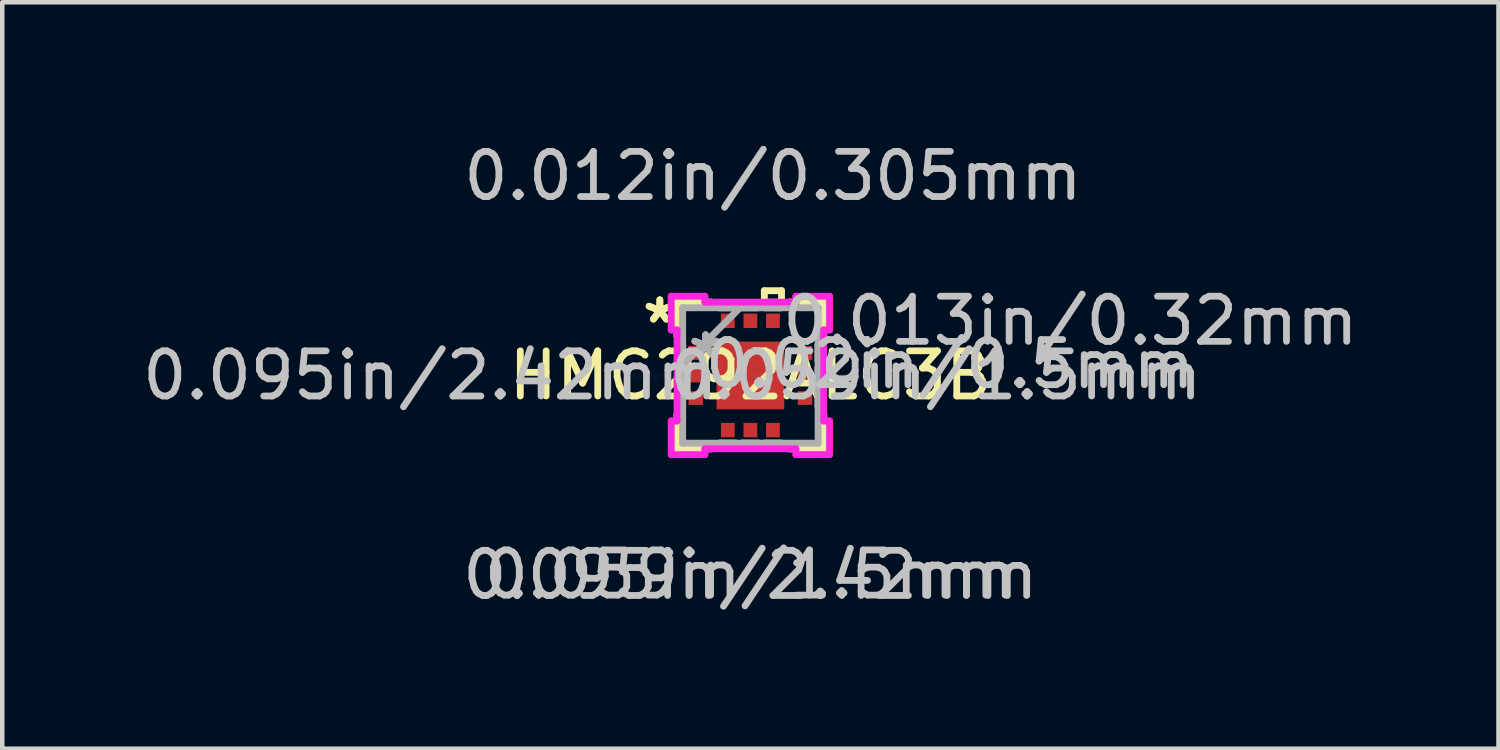
<source format=kicad_pcb>
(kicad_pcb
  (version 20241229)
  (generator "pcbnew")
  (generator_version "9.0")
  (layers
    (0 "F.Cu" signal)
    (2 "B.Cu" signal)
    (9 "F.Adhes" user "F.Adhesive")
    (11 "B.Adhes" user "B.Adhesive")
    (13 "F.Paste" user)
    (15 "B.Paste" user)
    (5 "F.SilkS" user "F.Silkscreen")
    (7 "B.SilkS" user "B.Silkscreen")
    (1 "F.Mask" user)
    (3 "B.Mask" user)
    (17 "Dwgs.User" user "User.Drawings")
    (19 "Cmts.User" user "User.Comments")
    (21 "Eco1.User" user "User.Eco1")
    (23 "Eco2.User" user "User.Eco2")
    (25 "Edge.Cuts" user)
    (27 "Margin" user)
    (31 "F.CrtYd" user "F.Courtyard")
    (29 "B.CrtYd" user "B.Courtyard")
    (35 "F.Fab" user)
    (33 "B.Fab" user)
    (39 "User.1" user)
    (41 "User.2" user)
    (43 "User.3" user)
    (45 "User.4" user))
  (footprint "HMC292ALC3B"
    (layer "F.Cu")
    (at 13.57 5.266)
    (property "Reference" "HMC292ALC3B" (at 0 0 0) (layer "F.SilkS") (effects (font (size 1 1) (thickness 0.15))))
    (attr through_hole)
    (fp_line (start -1.627 -1.627) (end -1.627 -0.864) (stroke (width 0.152) (type solid)) (layer "F.SilkS"))
    (fp_line (start -1.627 0.864) (end -1.627 1.627) (stroke (width 0.152) (type solid)) (layer "F.SilkS"))
    (fp_line (start -1.627 1.627) (end -0.864 1.627) (stroke (width 0.152) (type solid)) (layer "F.SilkS"))
    (fp_line (start -0.864 -1.627) (end -1.627 -1.627) (stroke (width 0.152) (type solid)) (layer "F.SilkS"))
    (fp_line (start 0.309 -1.878) (end 0.69 -1.878) (stroke (width 0.152) (type solid)) (layer "F.SilkS"))
    (fp_line (start 0.309 -1.624) (end 0.309 -1.878) (stroke (width 0.152) (type solid)) (layer "F.SilkS"))
    (fp_line (start 0.69 -1.878) (end 0.69 -1.624) (stroke (width 0.152) (type solid)) (layer "F.SilkS"))
    (fp_line (start 0.69 -1.624) (end 0.309 -1.624) (stroke (width 0.152) (type solid)) (layer "F.SilkS"))
    (fp_line (start 0.864 1.627) (end 1.627 1.627) (stroke (width 0.152) (type solid)) (layer "F.SilkS"))
    (fp_line (start 1.627 -1.627) (end 0.864 -1.627) (stroke (width 0.152) (type solid)) (layer "F.SilkS"))
    (fp_line (start 1.627 -0.864) (end 1.627 -1.627) (stroke (width 0.152) (type solid)) (layer "F.SilkS"))
    (fp_line (start 1.627 1.627) (end 1.627 0.864) (stroke (width 0.152) (type solid)) (layer "F.SilkS"))
    (fp_line (start -0.75 -0.75) (end -0.75 0.75) (stroke (width 0.152) (type solid)) (layer "F.Paste"))
    (fp_line (start -0.75 0.75) (end 0.75 0.75) (stroke (width 0.152) (type solid)) (layer "F.Paste"))
    (fp_line (start 0.75 -0.75) (end -0.75 -0.75) (stroke (width 0.152) (type solid)) (layer "F.Paste"))
    (fp_line (start 0.75 0.75) (end 0.75 -0.75) (stroke (width 0.152) (type solid)) (layer "F.Paste"))
    (fp_line (start -1.754 -1.754) (end -1.008 -1.754) (stroke (width 0.152) (type solid)) (layer "F.CrtYd"))
    (fp_line (start -1.754 -1.008) (end -1.754 -1.754) (stroke (width 0.152) (type solid)) (layer "F.CrtYd"))
    (fp_line (start -1.754 1.008) (end -1.624 1.008) (stroke (width 0.152) (type solid)) (layer "F.CrtYd"))
    (fp_line (start -1.754 1.754) (end -1.754 1.008) (stroke (width 0.152) (type solid)) (layer "F.CrtYd"))
    (fp_line (start -1.624 -1.008) (end -1.754 -1.008) (stroke (width 0.152) (type solid)) (layer "F.CrtYd"))
    (fp_line (start -1.624 1.008) (end -1.624 -1.008) (stroke (width 0.152) (type solid)) (layer "F.CrtYd"))
    (fp_line (start -1.008 -1.754) (end -1.008 -1.624) (stroke (width 0.152) (type solid)) (layer "F.CrtYd"))
    (fp_line (start -1.008 -1.624) (end 1.008 -1.624) (stroke (width 0.152) (type solid)) (layer "F.CrtYd"))
    (fp_line (start -1.008 1.624) (end -1.008 1.754) (stroke (width 0.152) (type solid)) (layer "F.CrtYd"))
    (fp_line (start -1.008 1.754) (end -1.754 1.754) (stroke (width 0.152) (type solid)) (layer "F.CrtYd"))
    (fp_line (start 1.008 -1.754) (end 1.754 -1.754) (stroke (width 0.152) (type solid)) (layer "F.CrtYd"))
    (fp_line (start 1.008 -1.624) (end 1.008 -1.754) (stroke (width 0.152) (type solid)) (layer "F.CrtYd"))
    (fp_line (start 1.008 1.624) (end -1.008 1.624) (stroke (width 0.152) (type solid)) (layer "F.CrtYd"))
    (fp_line (start 1.008 1.754) (end 1.008 1.624) (stroke (width 0.152) (type solid)) (layer "F.CrtYd"))
    (fp_line (start 1.624 -1.008) (end 1.624 1.008) (stroke (width 0.152) (type solid)) (layer "F.CrtYd"))
    (fp_line (start 1.624 1.008) (end 1.754 1.008) (stroke (width 0.152) (type solid)) (layer "F.CrtYd"))
    (fp_line (start 1.754 -1.754) (end 1.754 -1.008) (stroke (width 0.152) (type solid)) (layer "F.CrtYd"))
    (fp_line (start 1.754 -1.008) (end 1.624 -1.008) (stroke (width 0.152) (type solid)) (layer "F.CrtYd"))
    (fp_line (start 1.754 1.008) (end 1.754 1.754) (stroke (width 0.152) (type solid)) (layer "F.CrtYd"))
    (fp_line (start 1.754 1.754) (end 1.008 1.754) (stroke (width 0.152) (type solid)) (layer "F.CrtYd"))
    (fp_line (start -1.5 -1.5) (end -1.5 1.5) (stroke (width 0.152) (type solid)) (layer "F.Fab"))
    (fp_line (start -1.5 -0.68) (end -1.5 -0.68) (stroke (width 0.152) (type solid)) (layer "F.Fab"))
    (fp_line (start -1.5 -0.68) (end -1.5 -0.32) (stroke (width 0.152) (type solid)) (layer "F.Fab"))
    (fp_line (start -1.5 -0.32) (end -1.5 -0.68) (stroke (width 0.152) (type solid)) (layer "F.Fab"))
    (fp_line (start -1.5 -0.32) (end -1.5 -0.32) (stroke (width 0.152) (type solid)) (layer "F.Fab"))
    (fp_line (start -1.5 -0.23) (end -0.23 -1.5) (stroke (width 0.152) (type solid)) (layer "F.Fab"))
    (fp_line (start -1.5 -0.18) (end -1.5 -0.18) (stroke (width 0.152) (type solid)) (layer "F.Fab"))
    (fp_line (start -1.5 -0.18) (end -1.5 0.18) (stroke (width 0.152) (type solid)) (layer "F.Fab"))
    (fp_line (start -1.5 0.18) (end -1.5 -0.18) (stroke (width 0.152) (type solid)) (layer "F.Fab"))
    (fp_line (start -1.5 0.18) (end -1.5 0.18) (stroke (width 0.152) (type solid)) (layer "F.Fab"))
    (fp_line (start -1.5 0.32) (end -1.5 0.32) (stroke (width 0.152) (type solid)) (layer "F.Fab"))
    (fp_line (start -1.5 0.32) (end -1.5 0.68) (stroke (width 0.152) (type solid)) (layer "F.Fab"))
    (fp_line (start -1.5 0.68) (end -1.5 0.32) (stroke (width 0.152) (type solid)) (layer "F.Fab"))
    (fp_line (start -1.5 0.68) (end -1.5 0.68) (stroke (width 0.152) (type solid)) (layer "F.Fab"))
    (fp_line (start -1.5 1.5) (end 1.5 1.5) (stroke (width 0.152) (type solid)) (layer "F.Fab"))
    (fp_line (start -0.68 -1.5) (end -0.68 -1.5) (stroke (width 0.152) (type solid)) (layer "F.Fab"))
    (fp_line (start -0.68 -1.5) (end -0.32 -1.5) (stroke (width 0.152) (type solid)) (layer "F.Fab"))
    (fp_line (start -0.68 1.5) (end -0.68 1.5) (stroke (width 0.152) (type solid)) (layer "F.Fab"))
    (fp_line (start -0.68 1.5) (end -0.32 1.5) (stroke (width 0.152) (type solid)) (layer "F.Fab"))
    (fp_line (start -0.32 -1.5) (end -0.68 -1.5) (stroke (width 0.152) (type solid)) (layer "F.Fab"))
    (fp_line (start -0.32 -1.5) (end -0.32 -1.5) (stroke (width 0.152) (type solid)) (layer "F.Fab"))
    (fp_line (start -0.32 1.5) (end -0.68 1.5) (stroke (width 0.152) (type solid)) (layer "F.Fab"))
    (fp_line (start -0.32 1.5) (end -0.32 1.5) (stroke (width 0.152) (type solid)) (layer "F.Fab"))
    (fp_line (start -0.18 -1.5) (end -0.18 -1.5) (stroke (width 0.152) (type solid)) (layer "F.Fab"))
    (fp_line (start -0.18 -1.5) (end 0.18 -1.5) (stroke (width 0.152) (type solid)) (layer "F.Fab"))
    (fp_line (start -0.18 1.5) (end -0.18 1.5) (stroke (width 0.152) (type solid)) (layer "F.Fab"))
    (fp_line (start -0.18 1.5) (end 0.18 1.5) (stroke (width 0.152) (type solid)) (layer "F.Fab"))
    (fp_line (start 0.18 -1.5) (end -0.18 -1.5) (stroke (width 0.152) (type solid)) (layer "F.Fab"))
    (fp_line (start 0.18 -1.5) (end 0.18 -1.5) (stroke (width 0.152) (type solid)) (layer "F.Fab"))
    (fp_line (start 0.18 1.5) (end -0.18 1.5) (stroke (width 0.152) (type solid)) (layer "F.Fab"))
    (fp_line (start 0.18 1.5) (end 0.18 1.5) (stroke (width 0.152) (type solid)) (layer "F.Fab"))
    (fp_line (start 0.32 -1.5) (end 0.32 -1.5) (stroke (width 0.152) (type solid)) (layer "F.Fab"))
    (fp_line (start 0.32 -1.5) (end 0.68 -1.5) (stroke (width 0.152) (type solid)) (layer "F.Fab"))
    (fp_line (start 0.32 1.5) (end 0.32 1.5) (stroke (width 0.152) (type solid)) (layer "F.Fab"))
    (fp_line (start 0.32 1.5) (end 0.68 1.5) (stroke (width 0.152) (type solid)) (layer "F.Fab"))
    (fp_line (start 0.68 -1.5) (end 0.32 -1.5) (stroke (width 0.152) (type solid)) (layer "F.Fab"))
    (fp_line (start 0.68 -1.5) (end 0.68 -1.5) (stroke (width 0.152) (type solid)) (layer "F.Fab"))
    (fp_line (start 0.68 1.5) (end 0.32 1.5) (stroke (width 0.152) (type solid)) (layer "F.Fab"))
    (fp_line (start 0.68 1.5) (end 0.68 1.5) (stroke (width 0.152) (type solid)) (layer "F.Fab"))
    (fp_line (start 1.5 -1.5) (end -1.5 -1.5) (stroke (width 0.152) (type solid)) (layer "F.Fab"))
    (fp_line (start 1.5 -0.68) (end 1.5 -0.68) (stroke (width 0.152) (type solid)) (layer "F.Fab"))
    (fp_line (start 1.5 -0.68) (end 1.5 -0.32) (stroke (width 0.152) (type solid)) (layer "F.Fab"))
    (fp_line (start 1.5 -0.32) (end 1.5 -0.68) (stroke (width 0.152) (type solid)) (layer "F.Fab"))
    (fp_line (start 1.5 -0.32) (end 1.5 -0.32) (stroke (width 0.152) (type solid)) (layer "F.Fab"))
    (fp_line (start 1.5 -0.18) (end 1.5 -0.18) (stroke (width 0.152) (type solid)) (layer "F.Fab"))
    (fp_line (start 1.5 -0.18) (end 1.5 0.18) (stroke (width 0.152) (type solid)) (layer "F.Fab"))
    (fp_line (start 1.5 0.18) (end 1.5 -0.18) (stroke (width 0.152) (type solid)) (layer "F.Fab"))
    (fp_line (start 1.5 0.18) (end 1.5 0.18) (stroke (width 0.152) (type solid)) (layer "F.Fab"))
    (fp_line (start 1.5 0.32) (end 1.5 0.32) (stroke (width 0.152) (type solid)) (layer "F.Fab"))
    (fp_line (start 1.5 0.32) (end 1.5 0.68) (stroke (width 0.152) (type solid)) (layer "F.Fab"))
    (fp_line (start 1.5 0.68) (end 1.5 0.32) (stroke (width 0.152) (type solid)) (layer "F.Fab"))
    (fp_line (start 1.5 0.68) (end 1.5 0.68) (stroke (width 0.152) (type solid)) (layer "F.Fab"))
    (fp_line (start 1.5 1.5) (end 1.5 -1.5) (stroke (width 0.152) (type solid)) (layer "F.Fab"))
    (fp_text user "*" (at -2.005 -1.131 0) (layer "F.SilkS") (effects (font (size 1 1) (thickness 0.15))))
    (fp_text user "*" (at -2.005 -1.131 0) (layer "F.SilkS") (effects (font (size 1 1) (thickness 0.15))))
    (fp_text user "0.059in/1.5mm" (at 0 4.41 0) (layer "Dwgs.User") (effects (font (size 1 1) (thickness 0.15))))
    (fp_text user "0.013in/0.32mm" (at 7.088 -1.21 0) (layer "Dwgs.User") (effects (font (size 1 1) (thickness 0.15))))
    (fp_text user "0.02in/0.5mm" (at 4.418 -0.25 0) (layer "Dwgs.User") (effects (font (size 1 1) (thickness 0.15))))
    (fp_text user "0.095in/2.42mm" (at -7.088 0 0) (layer "Dwgs.User") (effects (font (size 1 1) (thickness 0.15))))
    (fp_text user "0.095in/2.42mm" (at 0 4.418 0) (layer "Dwgs.User") (effects (font (size 1 1) (thickness 0.15))))
    (fp_text user "0.059in/1.5mm" (at 4.106 0 0) (layer "Dwgs.User") (effects (font (size 1 1) (thickness 0.15))))
    (fp_text user "0.012in/0.305mm" (at 0.5 -4.418 0) (layer "Dwgs.User") (effects (font (size 1 1) (thickness 0.15))))
    (fp_text user "Copyright 2016 Accelerated Designs. All rights reserved." (at 0 0 0) (layer "Cmts.User") (effects (font (size 0.127 0.127) (thickness 0.002))))
    (fp_text user "*" (at -0.992 -0.357 0) (layer "F.Fab") (effects (font (size 1 1) (thickness 0.15))))
    (fp_text user "*" (at -0.992 -0.357 0) (layer "F.Fab") (effects (font (size 1 1) (thickness 0.15))))
    (pad "1" smd rect (at -1.21 -0.5 90) (size 0.305 0.32) (layers "F.Cu" "F.Mask" "F.Paste"))
    (pad "2" smd rect (at -1.21 0 90) (size 0.305 0.32) (layers "F.Cu" "F.Mask" "F.Paste"))
    (pad "3" smd rect (at -1.21 0.5 90) (size 0.305 0.32) (layers "F.Cu" "F.Mask" "F.Paste"))
    (pad "4" smd rect (at -0.5 1.21) (size 0.305 0.32) (layers "F.Cu" "F.Mask" "F.Paste"))
    (pad "5" smd rect (at 0 1.21) (size 0.305 0.32) (layers "F.Cu" "F.Mask" "F.Paste"))
    (pad "6" smd rect (at 0.5 1.21) (size 0.305 0.32) (layers "F.Cu" "F.Mask" "F.Paste"))
    (pad "7" smd rect (at 1.21 0.5 90) (size 0.305 0.32) (layers "F.Cu" "F.Mask" "F.Paste"))
    (pad "8" smd rect (at 1.21 0 90) (size 0.305 0.32) (layers "F.Cu" "F.Mask" "F.Paste"))
    (pad "9" smd rect (at 1.21 -0.5 90) (size 0.305 0.32) (layers "F.Cu" "F.Mask" "F.Paste"))
    (pad "10" smd rect (at 0.5 -1.21) (size 0.305 0.32) (layers "F.Cu" "F.Mask" "F.Paste"))
    (pad "11" smd rect (at 0 -1.21) (size 0.305 0.32) (layers "F.Cu" "F.Mask" "F.Paste"))
    (pad "12" smd rect (at -0.5 -1.21) (size 0.305 0.32) (layers "F.Cu" "F.Mask" "F.Paste"))
    (pad "13" smd rect (at 0 0) (size 1.5 1.5) (layers "F.Cu" "F.Mask" "F.Paste")))
  (gr_rect
    (start -3 -3)
    (end 30.14 13.533)
    (stroke (width 0.1) (type default))
    (fill no)
    (layer "Edge.Cuts")))
</source>
